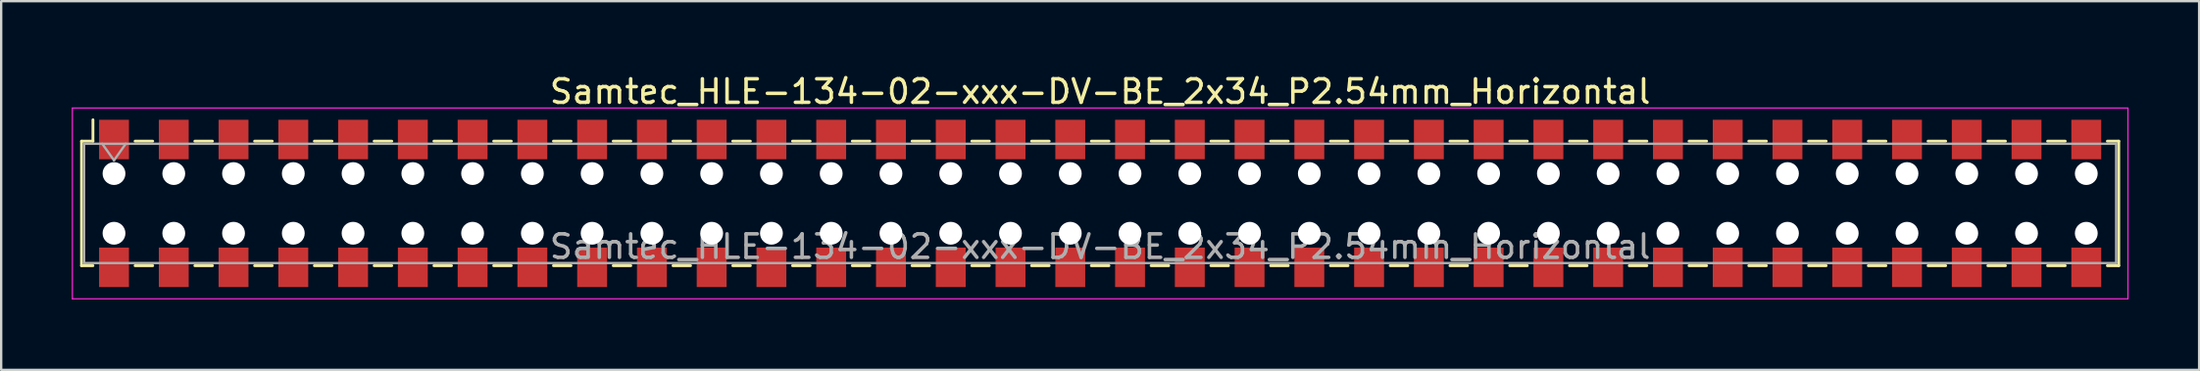
<source format=kicad_pcb>
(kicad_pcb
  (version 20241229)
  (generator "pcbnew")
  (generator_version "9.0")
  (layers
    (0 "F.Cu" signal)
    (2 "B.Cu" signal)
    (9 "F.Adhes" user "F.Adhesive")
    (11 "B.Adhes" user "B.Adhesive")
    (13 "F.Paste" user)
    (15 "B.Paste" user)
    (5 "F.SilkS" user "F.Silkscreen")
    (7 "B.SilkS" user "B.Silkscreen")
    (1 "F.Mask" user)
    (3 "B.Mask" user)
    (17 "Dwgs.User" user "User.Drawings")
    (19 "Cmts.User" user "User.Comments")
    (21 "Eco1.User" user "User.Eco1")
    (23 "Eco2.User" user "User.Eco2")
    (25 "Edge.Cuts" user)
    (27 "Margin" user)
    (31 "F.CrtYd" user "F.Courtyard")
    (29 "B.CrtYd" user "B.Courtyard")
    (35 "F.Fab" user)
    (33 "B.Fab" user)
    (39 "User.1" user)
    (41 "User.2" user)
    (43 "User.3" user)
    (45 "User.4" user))
  (footprint "Samtec_HLE-134-02-xxx-DV-BE_2x34_P2.54mm_Horizontal"
    (layer "F.Cu")
    (at 43.705 5.608)
    (property "Reference" "Samtec_HLE-134-02-xxx-DV-BE_2x34_P2.54mm_Horizontal" (at 0 -4.76 0) (layer "F.SilkS") (effects (font (size 1 1) (thickness 0.15))))
    (attr smd)
    (fp_line (start -43.29 -2.65) (end -43.29 2.65) (stroke (width 0.12) (type solid)) (layer "F.SilkS"))
    (fp_line (start -43.29 2.65) (end -42.805 2.65) (stroke (width 0.12) (type solid)) (layer "F.SilkS"))
    (fp_line (start -42.805 -3.56) (end -42.805 -2.65) (stroke (width 0.12) (type solid)) (layer "F.SilkS"))
    (fp_line (start -42.805 -2.65) (end -43.29 -2.65) (stroke (width 0.12) (type solid)) (layer "F.SilkS"))
    (fp_line (start -41.015 -2.65) (end -40.265 -2.65) (stroke (width 0.12) (type solid)) (layer "F.SilkS"))
    (fp_line (start -41.015 2.65) (end -40.265 2.65) (stroke (width 0.12) (type solid)) (layer "F.SilkS"))
    (fp_line (start -38.475 -2.65) (end -37.725 -2.65) (stroke (width 0.12) (type solid)) (layer "F.SilkS"))
    (fp_line (start -38.475 2.65) (end -37.725 2.65) (stroke (width 0.12) (type solid)) (layer "F.SilkS"))
    (fp_line (start -35.935 -2.65) (end -35.185 -2.65) (stroke (width 0.12) (type solid)) (layer "F.SilkS"))
    (fp_line (start -35.935 2.65) (end -35.185 2.65) (stroke (width 0.12) (type solid)) (layer "F.SilkS"))
    (fp_line (start -33.395 -2.65) (end -32.645 -2.65) (stroke (width 0.12) (type solid)) (layer "F.SilkS"))
    (fp_line (start -33.395 2.65) (end -32.645 2.65) (stroke (width 0.12) (type solid)) (layer "F.SilkS"))
    (fp_line (start -30.855 -2.65) (end -30.105 -2.65) (stroke (width 0.12) (type solid)) (layer "F.SilkS"))
    (fp_line (start -30.855 2.65) (end -30.105 2.65) (stroke (width 0.12) (type solid)) (layer "F.SilkS"))
    (fp_line (start -28.315 -2.65) (end -27.565 -2.65) (stroke (width 0.12) (type solid)) (layer "F.SilkS"))
    (fp_line (start -28.315 2.65) (end -27.565 2.65) (stroke (width 0.12) (type solid)) (layer "F.SilkS"))
    (fp_line (start -25.775 -2.65) (end -25.025 -2.65) (stroke (width 0.12) (type solid)) (layer "F.SilkS"))
    (fp_line (start -25.775 2.65) (end -25.025 2.65) (stroke (width 0.12) (type solid)) (layer "F.SilkS"))
    (fp_line (start -23.235 -2.65) (end -22.485 -2.65) (stroke (width 0.12) (type solid)) (layer "F.SilkS"))
    (fp_line (start -23.235 2.65) (end -22.485 2.65) (stroke (width 0.12) (type solid)) (layer "F.SilkS"))
    (fp_line (start -20.695 -2.65) (end -19.945 -2.65) (stroke (width 0.12) (type solid)) (layer "F.SilkS"))
    (fp_line (start -20.695 2.65) (end -19.945 2.65) (stroke (width 0.12) (type solid)) (layer "F.SilkS"))
    (fp_line (start -18.155 -2.65) (end -17.405 -2.65) (stroke (width 0.12) (type solid)) (layer "F.SilkS"))
    (fp_line (start -18.155 2.65) (end -17.405 2.65) (stroke (width 0.12) (type solid)) (layer "F.SilkS"))
    (fp_line (start -15.615 -2.65) (end -14.865 -2.65) (stroke (width 0.12) (type solid)) (layer "F.SilkS"))
    (fp_line (start -15.615 2.65) (end -14.865 2.65) (stroke (width 0.12) (type solid)) (layer "F.SilkS"))
    (fp_line (start -13.075 -2.65) (end -12.325 -2.65) (stroke (width 0.12) (type solid)) (layer "F.SilkS"))
    (fp_line (start -13.075 2.65) (end -12.325 2.65) (stroke (width 0.12) (type solid)) (layer "F.SilkS"))
    (fp_line (start -10.535 -2.65) (end -9.785 -2.65) (stroke (width 0.12) (type solid)) (layer "F.SilkS"))
    (fp_line (start -10.535 2.65) (end -9.785 2.65) (stroke (width 0.12) (type solid)) (layer "F.SilkS"))
    (fp_line (start -7.995 -2.65) (end -7.245 -2.65) (stroke (width 0.12) (type solid)) (layer "F.SilkS"))
    (fp_line (start -7.995 2.65) (end -7.245 2.65) (stroke (width 0.12) (type solid)) (layer "F.SilkS"))
    (fp_line (start -5.455 -2.65) (end -4.705 -2.65) (stroke (width 0.12) (type solid)) (layer "F.SilkS"))
    (fp_line (start -5.455 2.65) (end -4.705 2.65) (stroke (width 0.12) (type solid)) (layer "F.SilkS"))
    (fp_line (start -2.915 -2.65) (end -2.165 -2.65) (stroke (width 0.12) (type solid)) (layer "F.SilkS"))
    (fp_line (start -2.915 2.65) (end -2.165 2.65) (stroke (width 0.12) (type solid)) (layer "F.SilkS"))
    (fp_line (start -0.375 -2.65) (end 0.375 -2.65) (stroke (width 0.12) (type solid)) (layer "F.SilkS"))
    (fp_line (start -0.375 2.65) (end 0.375 2.65) (stroke (width 0.12) (type solid)) (layer "F.SilkS"))
    (fp_line (start 2.165 -2.65) (end 2.915 -2.65) (stroke (width 0.12) (type solid)) (layer "F.SilkS"))
    (fp_line (start 2.165 2.65) (end 2.915 2.65) (stroke (width 0.12) (type solid)) (layer "F.SilkS"))
    (fp_line (start 4.705 -2.65) (end 5.455 -2.65) (stroke (width 0.12) (type solid)) (layer "F.SilkS"))
    (fp_line (start 4.705 2.65) (end 5.455 2.65) (stroke (width 0.12) (type solid)) (layer "F.SilkS"))
    (fp_line (start 7.245 -2.65) (end 7.995 -2.65) (stroke (width 0.12) (type solid)) (layer "F.SilkS"))
    (fp_line (start 7.245 2.65) (end 7.995 2.65) (stroke (width 0.12) (type solid)) (layer "F.SilkS"))
    (fp_line (start 9.785 -2.65) (end 10.535 -2.65) (stroke (width 0.12) (type solid)) (layer "F.SilkS"))
    (fp_line (start 9.785 2.65) (end 10.535 2.65) (stroke (width 0.12) (type solid)) (layer "F.SilkS"))
    (fp_line (start 12.325 -2.65) (end 13.075 -2.65) (stroke (width 0.12) (type solid)) (layer "F.SilkS"))
    (fp_line (start 12.325 2.65) (end 13.075 2.65) (stroke (width 0.12) (type solid)) (layer "F.SilkS"))
    (fp_line (start 14.865 -2.65) (end 15.615 -2.65) (stroke (width 0.12) (type solid)) (layer "F.SilkS"))
    (fp_line (start 14.865 2.65) (end 15.615 2.65) (stroke (width 0.12) (type solid)) (layer "F.SilkS"))
    (fp_line (start 17.405 -2.65) (end 18.155 -2.65) (stroke (width 0.12) (type solid)) (layer "F.SilkS"))
    (fp_line (start 17.405 2.65) (end 18.155 2.65) (stroke (width 0.12) (type solid)) (layer "F.SilkS"))
    (fp_line (start 19.945 -2.65) (end 20.695 -2.65) (stroke (width 0.12) (type solid)) (layer "F.SilkS"))
    (fp_line (start 19.945 2.65) (end 20.695 2.65) (stroke (width 0.12) (type solid)) (layer "F.SilkS"))
    (fp_line (start 22.485 -2.65) (end 23.235 -2.65) (stroke (width 0.12) (type solid)) (layer "F.SilkS"))
    (fp_line (start 22.485 2.65) (end 23.235 2.65) (stroke (width 0.12) (type solid)) (layer "F.SilkS"))
    (fp_line (start 25.025 -2.65) (end 25.775 -2.65) (stroke (width 0.12) (type solid)) (layer "F.SilkS"))
    (fp_line (start 25.025 2.65) (end 25.775 2.65) (stroke (width 0.12) (type solid)) (layer "F.SilkS"))
    (fp_line (start 27.565 -2.65) (end 28.315 -2.65) (stroke (width 0.12) (type solid)) (layer "F.SilkS"))
    (fp_line (start 27.565 2.65) (end 28.315 2.65) (stroke (width 0.12) (type solid)) (layer "F.SilkS"))
    (fp_line (start 30.105 -2.65) (end 30.855 -2.65) (stroke (width 0.12) (type solid)) (layer "F.SilkS"))
    (fp_line (start 30.105 2.65) (end 30.855 2.65) (stroke (width 0.12) (type solid)) (layer "F.SilkS"))
    (fp_line (start 32.645 -2.65) (end 33.395 -2.65) (stroke (width 0.12) (type solid)) (layer "F.SilkS"))
    (fp_line (start 32.645 2.65) (end 33.395 2.65) (stroke (width 0.12) (type solid)) (layer "F.SilkS"))
    (fp_line (start 35.185 -2.65) (end 35.935 -2.65) (stroke (width 0.12) (type solid)) (layer "F.SilkS"))
    (fp_line (start 35.185 2.65) (end 35.935 2.65) (stroke (width 0.12) (type solid)) (layer "F.SilkS"))
    (fp_line (start 37.725 -2.65) (end 38.475 -2.65) (stroke (width 0.12) (type solid)) (layer "F.SilkS"))
    (fp_line (start 37.725 2.65) (end 38.475 2.65) (stroke (width 0.12) (type solid)) (layer "F.SilkS"))
    (fp_line (start 40.265 -2.65) (end 41.015 -2.65) (stroke (width 0.12) (type solid)) (layer "F.SilkS"))
    (fp_line (start 40.265 2.65) (end 41.015 2.65) (stroke (width 0.12) (type solid)) (layer "F.SilkS"))
    (fp_line (start 42.805 -2.65) (end 43.29 -2.65) (stroke (width 0.12) (type solid)) (layer "F.SilkS"))
    (fp_line (start 43.29 -2.65) (end 43.29 2.65) (stroke (width 0.12) (type solid)) (layer "F.SilkS"))
    (fp_line (start 43.29 2.65) (end 42.805 2.65) (stroke (width 0.12) (type solid)) (layer "F.SilkS"))
    (fp_line (start -43.68 -4.06) (end 43.68 -4.06) (stroke (width 0.05) (type solid)) (layer "F.CrtYd"))
    (fp_line (start -43.68 4.06) (end -43.68 -4.06) (stroke (width 0.05) (type solid)) (layer "F.CrtYd"))
    (fp_line (start 43.68 -4.06) (end 43.68 4.06) (stroke (width 0.05) (type solid)) (layer "F.CrtYd"))
    (fp_line (start 43.68 4.06) (end -43.68 4.06) (stroke (width 0.05) (type solid)) (layer "F.CrtYd"))
    (fp_line (start -43.18 -2.54) (end 43.18 -2.54) (stroke (width 0.1) (type solid)) (layer "F.Fab"))
    (fp_line (start -43.18 2.54) (end -43.18 -2.54) (stroke (width 0.1) (type solid)) (layer "F.Fab"))
    (fp_line (start -42.41 -2.54) (end -41.91 -1.833) (stroke (width 0.1) (type solid)) (layer "F.Fab"))
    (fp_line (start -41.91 -1.833) (end -41.41 -2.54) (stroke (width 0.1) (type solid)) (layer "F.Fab"))
    (fp_line (start 43.18 -2.54) (end 43.18 2.54) (stroke (width 0.1) (type solid)) (layer "F.Fab"))
    (fp_line (start 43.18 2.54) (end -43.18 2.54) (stroke (width 0.1) (type solid)) (layer "F.Fab"))
    (fp_text user "${REFERENCE}" (at 0 1.84 0) (layer "F.Fab") (effects (font (size 1 1) (thickness 0.15))))
    (pad "" np_thru_hole circle (at -41.91 -1.27) (size 0.97 0.97) (drill 0.97) (layers "*.Cu" "*.Mask"))
    (pad "" np_thru_hole circle (at -41.91 1.27) (size 0.97 0.97) (drill 0.97) (layers "*.Cu" "*.Mask"))
    (pad "" np_thru_hole circle (at -39.37 -1.27) (size 0.97 0.97) (drill 0.97) (layers "*.Cu" "*.Mask"))
    (pad "" np_thru_hole circle (at -39.37 1.27) (size 0.97 0.97) (drill 0.97) (layers "*.Cu" "*.Mask"))
    (pad "" np_thru_hole circle (at -36.83 -1.27) (size 0.97 0.97) (drill 0.97) (layers "*.Cu" "*.Mask"))
    (pad "" np_thru_hole circle (at -36.83 1.27) (size 0.97 0.97) (drill 0.97) (layers "*.Cu" "*.Mask"))
    (pad "" np_thru_hole circle (at -34.29 -1.27) (size 0.97 0.97) (drill 0.97) (layers "*.Cu" "*.Mask"))
    (pad "" np_thru_hole circle (at -34.29 1.27) (size 0.97 0.97) (drill 0.97) (layers "*.Cu" "*.Mask"))
    (pad "" np_thru_hole circle (at -31.75 -1.27) (size 0.97 0.97) (drill 0.97) (layers "*.Cu" "*.Mask"))
    (pad "" np_thru_hole circle (at -31.75 1.27) (size 0.97 0.97) (drill 0.97) (layers "*.Cu" "*.Mask"))
    (pad "" np_thru_hole circle (at -29.21 -1.27) (size 0.97 0.97) (drill 0.97) (layers "*.Cu" "*.Mask"))
    (pad "" np_thru_hole circle (at -29.21 1.27) (size 0.97 0.97) (drill 0.97) (layers "*.Cu" "*.Mask"))
    (pad "" np_thru_hole circle (at -26.67 -1.27) (size 0.97 0.97) (drill 0.97) (layers "*.Cu" "*.Mask"))
    (pad "" np_thru_hole circle (at -26.67 1.27) (size 0.97 0.97) (drill 0.97) (layers "*.Cu" "*.Mask"))
    (pad "" np_thru_hole circle (at -24.13 -1.27) (size 0.97 0.97) (drill 0.97) (layers "*.Cu" "*.Mask"))
    (pad "" np_thru_hole circle (at -24.13 1.27) (size 0.97 0.97) (drill 0.97) (layers "*.Cu" "*.Mask"))
    (pad "" np_thru_hole circle (at -21.59 -1.27) (size 0.97 0.97) (drill 0.97) (layers "*.Cu" "*.Mask"))
    (pad "" np_thru_hole circle (at -21.59 1.27) (size 0.97 0.97) (drill 0.97) (layers "*.Cu" "*.Mask"))
    (pad "" np_thru_hole circle (at -19.05 -1.27) (size 0.97 0.97) (drill 0.97) (layers "*.Cu" "*.Mask"))
    (pad "" np_thru_hole circle (at -19.05 1.27) (size 0.97 0.97) (drill 0.97) (layers "*.Cu" "*.Mask"))
    (pad "" np_thru_hole circle (at -16.51 -1.27) (size 0.97 0.97) (drill 0.97) (layers "*.Cu" "*.Mask"))
    (pad "" np_thru_hole circle (at -16.51 1.27) (size 0.97 0.97) (drill 0.97) (layers "*.Cu" "*.Mask"))
    (pad "" np_thru_hole circle (at -13.97 -1.27) (size 0.97 0.97) (drill 0.97) (layers "*.Cu" "*.Mask"))
    (pad "" np_thru_hole circle (at -13.97 1.27) (size 0.97 0.97) (drill 0.97) (layers "*.Cu" "*.Mask"))
    (pad "" np_thru_hole circle (at -11.43 -1.27) (size 0.97 0.97) (drill 0.97) (layers "*.Cu" "*.Mask"))
    (pad "" np_thru_hole circle (at -11.43 1.27) (size 0.97 0.97) (drill 0.97) (layers "*.Cu" "*.Mask"))
    (pad "" np_thru_hole circle (at -8.89 -1.27) (size 0.97 0.97) (drill 0.97) (layers "*.Cu" "*.Mask"))
    (pad "" np_thru_hole circle (at -8.89 1.27) (size 0.97 0.97) (drill 0.97) (layers "*.Cu" "*.Mask"))
    (pad "" np_thru_hole circle (at -6.35 -1.27) (size 0.97 0.97) (drill 0.97) (layers "*.Cu" "*.Mask"))
    (pad "" np_thru_hole circle (at -6.35 1.27) (size 0.97 0.97) (drill 0.97) (layers "*.Cu" "*.Mask"))
    (pad "" np_thru_hole circle (at -3.81 -1.27) (size 0.97 0.97) (drill 0.97) (layers "*.Cu" "*.Mask"))
    (pad "" np_thru_hole circle (at -3.81 1.27) (size 0.97 0.97) (drill 0.97) (layers "*.Cu" "*.Mask"))
    (pad "" np_thru_hole circle (at -1.27 -1.27) (size 0.97 0.97) (drill 0.97) (layers "*.Cu" "*.Mask"))
    (pad "" np_thru_hole circle (at -1.27 1.27) (size 0.97 0.97) (drill 0.97) (layers "*.Cu" "*.Mask"))
    (pad "" np_thru_hole circle (at 1.27 -1.27) (size 0.97 0.97) (drill 0.97) (layers "*.Cu" "*.Mask"))
    (pad "" np_thru_hole circle (at 1.27 1.27) (size 0.97 0.97) (drill 0.97) (layers "*.Cu" "*.Mask"))
    (pad "" np_thru_hole circle (at 3.81 -1.27) (size 0.97 0.97) (drill 0.97) (layers "*.Cu" "*.Mask"))
    (pad "" np_thru_hole circle (at 3.81 1.27) (size 0.97 0.97) (drill 0.97) (layers "*.Cu" "*.Mask"))
    (pad "" np_thru_hole circle (at 6.35 -1.27) (size 0.97 0.97) (drill 0.97) (layers "*.Cu" "*.Mask"))
    (pad "" np_thru_hole circle (at 6.35 1.27) (size 0.97 0.97) (drill 0.97) (layers "*.Cu" "*.Mask"))
    (pad "" np_thru_hole circle (at 8.89 -1.27) (size 0.97 0.97) (drill 0.97) (layers "*.Cu" "*.Mask"))
    (pad "" np_thru_hole circle (at 8.89 1.27) (size 0.97 0.97) (drill 0.97) (layers "*.Cu" "*.Mask"))
    (pad "" np_thru_hole circle (at 11.43 -1.27) (size 0.97 0.97) (drill 0.97) (layers "*.Cu" "*.Mask"))
    (pad "" np_thru_hole circle (at 11.43 1.27) (size 0.97 0.97) (drill 0.97) (layers "*.Cu" "*.Mask"))
    (pad "" np_thru_hole circle (at 13.97 -1.27) (size 0.97 0.97) (drill 0.97) (layers "*.Cu" "*.Mask"))
    (pad "" np_thru_hole circle (at 13.97 1.27) (size 0.97 0.97) (drill 0.97) (layers "*.Cu" "*.Mask"))
    (pad "" np_thru_hole circle (at 16.51 -1.27) (size 0.97 0.97) (drill 0.97) (layers "*.Cu" "*.Mask"))
    (pad "" np_thru_hole circle (at 16.51 1.27) (size 0.97 0.97) (drill 0.97) (layers "*.Cu" "*.Mask"))
    (pad "" np_thru_hole circle (at 19.05 -1.27) (size 0.97 0.97) (drill 0.97) (layers "*.Cu" "*.Mask"))
    (pad "" np_thru_hole circle (at 19.05 1.27) (size 0.97 0.97) (drill 0.97) (layers "*.Cu" "*.Mask"))
    (pad "" np_thru_hole circle (at 21.59 -1.27) (size 0.97 0.97) (drill 0.97) (layers "*.Cu" "*.Mask"))
    (pad "" np_thru_hole circle (at 21.59 1.27) (size 0.97 0.97) (drill 0.97) (layers "*.Cu" "*.Mask"))
    (pad "" np_thru_hole circle (at 24.13 -1.27) (size 0.97 0.97) (drill 0.97) (layers "*.Cu" "*.Mask"))
    (pad "" np_thru_hole circle (at 24.13 1.27) (size 0.97 0.97) (drill 0.97) (layers "*.Cu" "*.Mask"))
    (pad "" np_thru_hole circle (at 26.67 -1.27) (size 0.97 0.97) (drill 0.97) (layers "*.Cu" "*.Mask"))
    (pad "" np_thru_hole circle (at 26.67 1.27) (size 0.97 0.97) (drill 0.97) (layers "*.Cu" "*.Mask"))
    (pad "" np_thru_hole circle (at 29.21 -1.27) (size 0.97 0.97) (drill 0.97) (layers "*.Cu" "*.Mask"))
    (pad "" np_thru_hole circle (at 29.21 1.27) (size 0.97 0.97) (drill 0.97) (layers "*.Cu" "*.Mask"))
    (pad "" np_thru_hole circle (at 31.75 -1.27) (size 0.97 0.97) (drill 0.97) (layers "*.Cu" "*.Mask"))
    (pad "" np_thru_hole circle (at 31.75 1.27) (size 0.97 0.97) (drill 0.97) (layers "*.Cu" "*.Mask"))
    (pad "" np_thru_hole circle (at 34.29 -1.27) (size 0.97 0.97) (drill 0.97) (layers "*.Cu" "*.Mask"))
    (pad "" np_thru_hole circle (at 34.29 1.27) (size 0.97 0.97) (drill 0.97) (layers "*.Cu" "*.Mask"))
    (pad "" np_thru_hole circle (at 36.83 -1.27) (size 0.97 0.97) (drill 0.97) (layers "*.Cu" "*.Mask"))
    (pad "" np_thru_hole circle (at 36.83 1.27) (size 0.97 0.97) (drill 0.97) (layers "*.Cu" "*.Mask"))
    (pad "" np_thru_hole circle (at 39.37 -1.27) (size 0.97 0.97) (drill 0.97) (layers "*.Cu" "*.Mask"))
    (pad "" np_thru_hole circle (at 39.37 1.27) (size 0.97 0.97) (drill 0.97) (layers "*.Cu" "*.Mask"))
    (pad "" np_thru_hole circle (at 41.91 -1.27) (size 0.97 0.97) (drill 0.97) (layers "*.Cu" "*.Mask"))
    (pad "" np_thru_hole circle (at 41.91 1.27) (size 0.97 0.97) (drill 0.97) (layers "*.Cu" "*.Mask"))
    (pad "1" smd rect (at -41.91 -2.72) (size 1.27 1.68) (layers "F.Cu" "F.Mask" "F.Paste"))
    (pad "2" smd rect (at -41.91 2.72) (size 1.27 1.68) (layers "F.Cu" "F.Mask" "F.Paste"))
    (pad "3" smd rect (at -39.37 -2.72) (size 1.27 1.68) (layers "F.Cu" "F.Mask" "F.Paste"))
    (pad "4" smd rect (at -39.37 2.72) (size 1.27 1.68) (layers "F.Cu" "F.Mask" "F.Paste"))
    (pad "5" smd rect (at -36.83 -2.72) (size 1.27 1.68) (layers "F.Cu" "F.Mask" "F.Paste"))
    (pad "6" smd rect (at -36.83 2.72) (size 1.27 1.68) (layers "F.Cu" "F.Mask" "F.Paste"))
    (pad "7" smd rect (at -34.29 -2.72) (size 1.27 1.68) (layers "F.Cu" "F.Mask" "F.Paste"))
    (pad "8" smd rect (at -34.29 2.72) (size 1.27 1.68) (layers "F.Cu" "F.Mask" "F.Paste"))
    (pad "9" smd rect (at -31.75 -2.72) (size 1.27 1.68) (layers "F.Cu" "F.Mask" "F.Paste"))
    (pad "10" smd rect (at -31.75 2.72) (size 1.27 1.68) (layers "F.Cu" "F.Mask" "F.Paste"))
    (pad "11" smd rect (at -29.21 -2.72) (size 1.27 1.68) (layers "F.Cu" "F.Mask" "F.Paste"))
    (pad "12" smd rect (at -29.21 2.72) (size 1.27 1.68) (layers "F.Cu" "F.Mask" "F.Paste"))
    (pad "13" smd rect (at -26.67 -2.72) (size 1.27 1.68) (layers "F.Cu" "F.Mask" "F.Paste"))
    (pad "14" smd rect (at -26.67 2.72) (size 1.27 1.68) (layers "F.Cu" "F.Mask" "F.Paste"))
    (pad "15" smd rect (at -24.13 -2.72) (size 1.27 1.68) (layers "F.Cu" "F.Mask" "F.Paste"))
    (pad "16" smd rect (at -24.13 2.72) (size 1.27 1.68) (layers "F.Cu" "F.Mask" "F.Paste"))
    (pad "17" smd rect (at -21.59 -2.72) (size 1.27 1.68) (layers "F.Cu" "F.Mask" "F.Paste"))
    (pad "18" smd rect (at -21.59 2.72) (size 1.27 1.68) (layers "F.Cu" "F.Mask" "F.Paste"))
    (pad "19" smd rect (at -19.05 -2.72) (size 1.27 1.68) (layers "F.Cu" "F.Mask" "F.Paste"))
    (pad "20" smd rect (at -19.05 2.72) (size 1.27 1.68) (layers "F.Cu" "F.Mask" "F.Paste"))
    (pad "21" smd rect (at -16.51 -2.72) (size 1.27 1.68) (layers "F.Cu" "F.Mask" "F.Paste"))
    (pad "22" smd rect (at -16.51 2.72) (size 1.27 1.68) (layers "F.Cu" "F.Mask" "F.Paste"))
    (pad "23" smd rect (at -13.97 -2.72) (size 1.27 1.68) (layers "F.Cu" "F.Mask" "F.Paste"))
    (pad "24" smd rect (at -13.97 2.72) (size 1.27 1.68) (layers "F.Cu" "F.Mask" "F.Paste"))
    (pad "25" smd rect (at -11.43 -2.72) (size 1.27 1.68) (layers "F.Cu" "F.Mask" "F.Paste"))
    (pad "26" smd rect (at -11.43 2.72) (size 1.27 1.68) (layers "F.Cu" "F.Mask" "F.Paste"))
    (pad "27" smd rect (at -8.89 -2.72) (size 1.27 1.68) (layers "F.Cu" "F.Mask" "F.Paste"))
    (pad "28" smd rect (at -8.89 2.72) (size 1.27 1.68) (layers "F.Cu" "F.Mask" "F.Paste"))
    (pad "29" smd rect (at -6.35 -2.72) (size 1.27 1.68) (layers "F.Cu" "F.Mask" "F.Paste"))
    (pad "30" smd rect (at -6.35 2.72) (size 1.27 1.68) (layers "F.Cu" "F.Mask" "F.Paste"))
    (pad "31" smd rect (at -3.81 -2.72) (size 1.27 1.68) (layers "F.Cu" "F.Mask" "F.Paste"))
    (pad "32" smd rect (at -3.81 2.72) (size 1.27 1.68) (layers "F.Cu" "F.Mask" "F.Paste"))
    (pad "33" smd rect (at -1.27 -2.72) (size 1.27 1.68) (layers "F.Cu" "F.Mask" "F.Paste"))
    (pad "34" smd rect (at -1.27 2.72) (size 1.27 1.68) (layers "F.Cu" "F.Mask" "F.Paste"))
    (pad "35" smd rect (at 1.27 -2.72) (size 1.27 1.68) (layers "F.Cu" "F.Mask" "F.Paste"))
    (pad "36" smd rect (at 1.27 2.72) (size 1.27 1.68) (layers "F.Cu" "F.Mask" "F.Paste"))
    (pad "37" smd rect (at 3.81 -2.72) (size 1.27 1.68) (layers "F.Cu" "F.Mask" "F.Paste"))
    (pad "38" smd rect (at 3.81 2.72) (size 1.27 1.68) (layers "F.Cu" "F.Mask" "F.Paste"))
    (pad "39" smd rect (at 6.35 -2.72) (size 1.27 1.68) (layers "F.Cu" "F.Mask" "F.Paste"))
    (pad "40" smd rect (at 6.35 2.72) (size 1.27 1.68) (layers "F.Cu" "F.Mask" "F.Paste"))
    (pad "41" smd rect (at 8.89 -2.72) (size 1.27 1.68) (layers "F.Cu" "F.Mask" "F.Paste"))
    (pad "42" smd rect (at 8.89 2.72) (size 1.27 1.68) (layers "F.Cu" "F.Mask" "F.Paste"))
    (pad "43" smd rect (at 11.43 -2.72) (size 1.27 1.68) (layers "F.Cu" "F.Mask" "F.Paste"))
    (pad "44" smd rect (at 11.43 2.72) (size 1.27 1.68) (layers "F.Cu" "F.Mask" "F.Paste"))
    (pad "45" smd rect (at 13.97 -2.72) (size 1.27 1.68) (layers "F.Cu" "F.Mask" "F.Paste"))
    (pad "46" smd rect (at 13.97 2.72) (size 1.27 1.68) (layers "F.Cu" "F.Mask" "F.Paste"))
    (pad "47" smd rect (at 16.51 -2.72) (size 1.27 1.68) (layers "F.Cu" "F.Mask" "F.Paste"))
    (pad "48" smd rect (at 16.51 2.72) (size 1.27 1.68) (layers "F.Cu" "F.Mask" "F.Paste"))
    (pad "49" smd rect (at 19.05 -2.72) (size 1.27 1.68) (layers "F.Cu" "F.Mask" "F.Paste"))
    (pad "50" smd rect (at 19.05 2.72) (size 1.27 1.68) (layers "F.Cu" "F.Mask" "F.Paste"))
    (pad "51" smd rect (at 21.59 -2.72) (size 1.27 1.68) (layers "F.Cu" "F.Mask" "F.Paste"))
    (pad "52" smd rect (at 21.59 2.72) (size 1.27 1.68) (layers "F.Cu" "F.Mask" "F.Paste"))
    (pad "53" smd rect (at 24.13 -2.72) (size 1.27 1.68) (layers "F.Cu" "F.Mask" "F.Paste"))
    (pad "54" smd rect (at 24.13 2.72) (size 1.27 1.68) (layers "F.Cu" "F.Mask" "F.Paste"))
    (pad "55" smd rect (at 26.67 -2.72) (size 1.27 1.68) (layers "F.Cu" "F.Mask" "F.Paste"))
    (pad "56" smd rect (at 26.67 2.72) (size 1.27 1.68) (layers "F.Cu" "F.Mask" "F.Paste"))
    (pad "57" smd rect (at 29.21 -2.72) (size 1.27 1.68) (layers "F.Cu" "F.Mask" "F.Paste"))
    (pad "58" smd rect (at 29.21 2.72) (size 1.27 1.68) (layers "F.Cu" "F.Mask" "F.Paste"))
    (pad "59" smd rect (at 31.75 -2.72) (size 1.27 1.68) (layers "F.Cu" "F.Mask" "F.Paste"))
    (pad "60" smd rect (at 31.75 2.72) (size 1.27 1.68) (layers "F.Cu" "F.Mask" "F.Paste"))
    (pad "61" smd rect (at 34.29 -2.72) (size 1.27 1.68) (layers "F.Cu" "F.Mask" "F.Paste"))
    (pad "62" smd rect (at 34.29 2.72) (size 1.27 1.68) (layers "F.Cu" "F.Mask" "F.Paste"))
    (pad "63" smd rect (at 36.83 -2.72) (size 1.27 1.68) (layers "F.Cu" "F.Mask" "F.Paste"))
    (pad "64" smd rect (at 36.83 2.72) (size 1.27 1.68) (layers "F.Cu" "F.Mask" "F.Paste"))
    (pad "65" smd rect (at 39.37 -2.72) (size 1.27 1.68) (layers "F.Cu" "F.Mask" "F.Paste"))
    (pad "66" smd rect (at 39.37 2.72) (size 1.27 1.68) (layers "F.Cu" "F.Mask" "F.Paste"))
    (pad "67" smd rect (at 41.91 -2.72) (size 1.27 1.68) (layers "F.Cu" "F.Mask" "F.Paste"))
    (pad "68" smd rect (at 41.91 2.72) (size 1.27 1.68) (layers "F.Cu" "F.Mask" "F.Paste")))
  (gr_rect
    (start -3 -3)
    (end 90.41 12.693)
    (stroke (width 0.1) (type default))
    (fill no)
    (layer "Edge.Cuts")))
</source>
